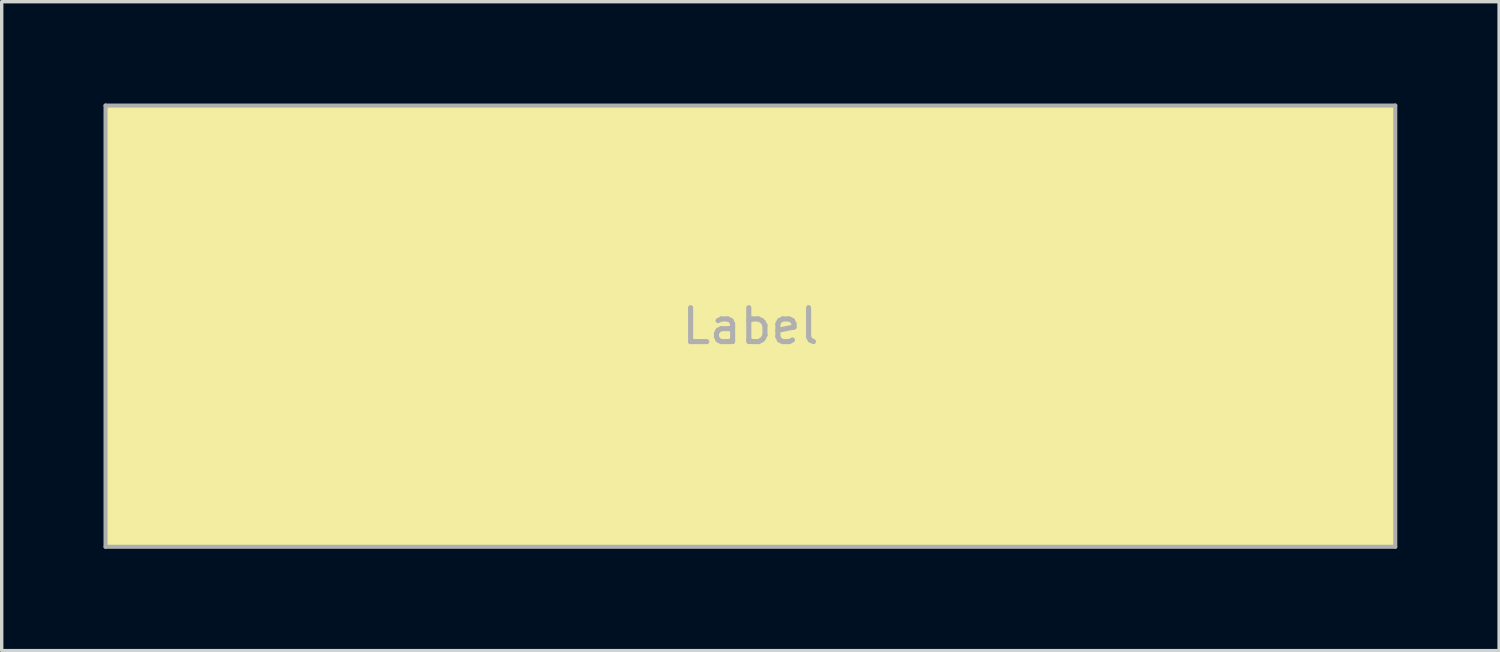
<source format=kicad_pcb>
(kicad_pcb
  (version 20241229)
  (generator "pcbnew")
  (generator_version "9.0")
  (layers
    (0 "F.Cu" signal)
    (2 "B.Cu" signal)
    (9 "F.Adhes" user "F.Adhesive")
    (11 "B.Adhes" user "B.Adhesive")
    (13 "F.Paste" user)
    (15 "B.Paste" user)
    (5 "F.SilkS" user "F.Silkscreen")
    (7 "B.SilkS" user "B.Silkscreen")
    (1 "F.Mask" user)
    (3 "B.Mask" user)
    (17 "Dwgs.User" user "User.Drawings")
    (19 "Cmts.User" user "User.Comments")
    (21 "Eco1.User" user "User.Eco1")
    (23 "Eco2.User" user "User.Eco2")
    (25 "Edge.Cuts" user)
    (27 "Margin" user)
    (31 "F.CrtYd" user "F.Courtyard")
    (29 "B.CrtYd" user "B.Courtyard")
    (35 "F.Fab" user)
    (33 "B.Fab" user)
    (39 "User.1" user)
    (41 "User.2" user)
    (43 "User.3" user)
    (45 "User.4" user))
  (footprint "label"
    (layer "F.Cu")
    (at 19.06 6.56)
    (property "Reference" "label" (at 0 0 0) (layer "Eco2.User") (effects (font (size 1.524 1.524) (thickness 0.3))))
    (attr through_hole)
    (fp_poly (pts (xy 19.016 6.511) (xy -19.016 6.511) (xy -19.016 -6.511) (xy 19.016 -6.511) (xy 19.016 6.511)) (stroke (width 0.01) (type solid)) (fill yes) (layer "F.SilkS"))
    (fp_line (start -19 -6.5) (end -19 6.5) (stroke (width 0.12) (type solid)) (layer "F.Fab"))
    (fp_line (start -19 6.5) (end 19 6.5) (stroke (width 0.12) (type solid)) (layer "F.Fab"))
    (fp_line (start 19 -6.5) (end -19 -6.5) (stroke (width 0.12) (type solid)) (layer "F.Fab"))
    (fp_line (start 19 6.5) (end 19 -6.5) (stroke (width 0.12) (type solid)) (layer "F.Fab"))
    (fp_text user "Label" (at 0 0 0) (layer "F.Fab") (effects (font (size 1 1) (thickness 0.15)))))
  (gr_rect
    (start -3 -3)
    (end 41.12 16.12)
    (stroke (width 0.1) (type default))
    (fill no)
    (layer "Edge.Cuts")))
</source>
